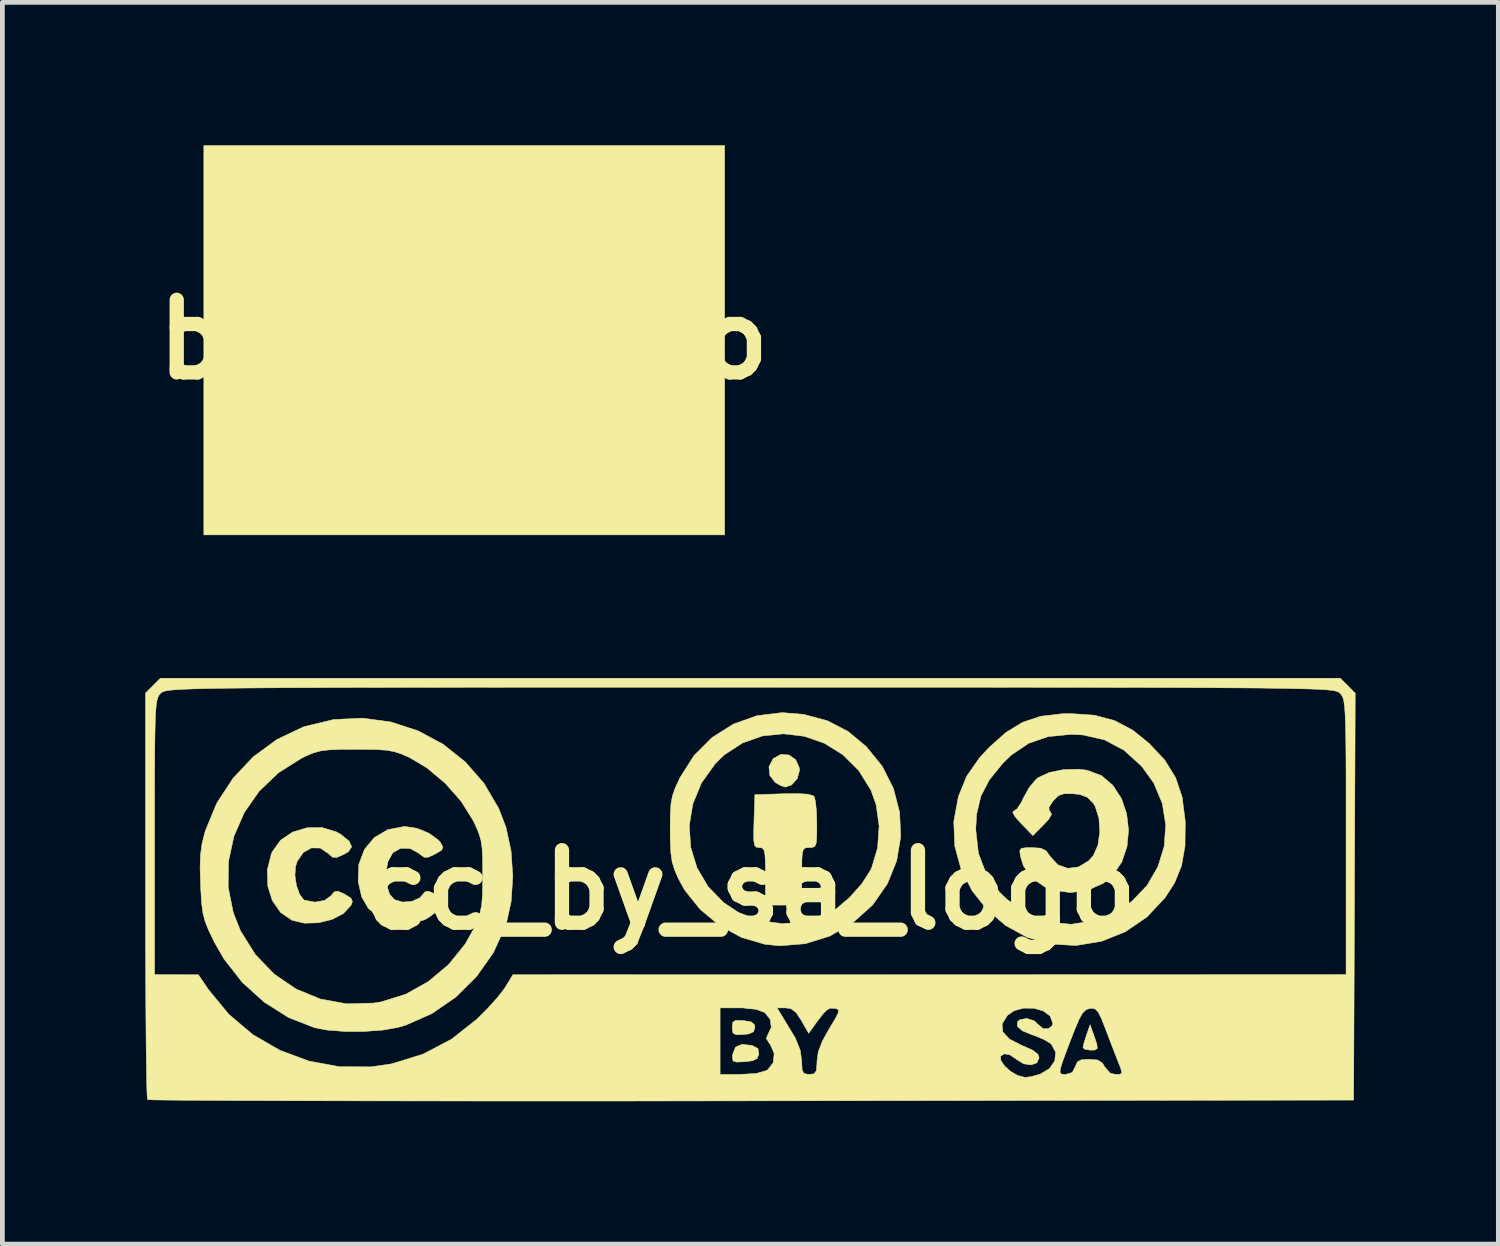
<source format=kicad_pcb>
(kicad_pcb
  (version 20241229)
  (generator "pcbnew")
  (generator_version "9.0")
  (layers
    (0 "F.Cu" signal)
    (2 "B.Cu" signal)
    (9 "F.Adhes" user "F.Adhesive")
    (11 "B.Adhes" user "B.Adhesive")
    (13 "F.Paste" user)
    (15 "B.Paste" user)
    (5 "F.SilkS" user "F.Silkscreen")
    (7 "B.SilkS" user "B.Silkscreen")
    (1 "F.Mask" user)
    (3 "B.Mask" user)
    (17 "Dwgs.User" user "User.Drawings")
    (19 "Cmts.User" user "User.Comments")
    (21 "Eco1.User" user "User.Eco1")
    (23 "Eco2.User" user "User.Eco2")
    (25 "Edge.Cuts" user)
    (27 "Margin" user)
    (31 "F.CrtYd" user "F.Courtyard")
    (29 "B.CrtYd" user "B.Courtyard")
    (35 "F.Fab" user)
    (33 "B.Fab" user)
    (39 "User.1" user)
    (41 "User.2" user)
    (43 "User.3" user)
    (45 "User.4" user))
  (footprint "cc_by_sa_logo"
    (layer "F.Cu")
    (at 12.705 15.636)
    (property "Reference" "cc_by_sa_logo" (at 0 0 0) (layer "F.SilkS") (effects (font (size 1.524 1.524) (thickness 0.3))))
    (attr through_hole)
    (fp_poly (pts (xy 7.213 3.05) (xy 7.275 3.233) (xy 7.286 3.327) (xy 7.238 3.361) (xy 7.144 3.365) (xy 7.024 3.347) (xy 6.985 3.311) (xy 7.004 3.22) (xy 7.052 3.067) (xy 7.059 3.044) (xy 7.134 2.83) (xy 7.213 3.05)) (stroke (width 0.01) (type solid)) (fill yes) (layer "F.SilkS"))
    (fp_poly (pts (xy 0.041 3.267) (xy 0.16 3.329) (xy 0.179 3.447) (xy 0.179 3.447) (xy 0.144 3.539) (xy 0.049 3.587) (xy -0.116 3.607) (xy -0.286 3.615) (xy -0.362 3.591) (xy -0.376 3.515) (xy -0.37 3.449) (xy -0.311 3.3) (xy -0.173 3.241) (xy 0.041 3.267)) (stroke (width 0.01) (type solid)) (fill yes) (layer "F.SilkS"))
    (fp_poly (pts (xy -0.163 2.741) (xy -0.143 2.743) (xy 0.019 2.771) (xy 0.087 2.831) (xy 0.095 2.889) (xy 0.068 2.978) (xy -0.035 3.023) (xy -0.143 3.036) (xy -0.299 3.041) (xy -0.366 3.004) (xy -0.381 2.903) (xy -0.381 2.889) (xy -0.369 2.781) (xy -0.309 2.739) (xy -0.163 2.741)) (stroke (width 0.01) (type solid)) (fill yes) (layer "F.SilkS"))
    (fp_poly (pts (xy 0.812 -2.833) (xy 0.953 -2.734) (xy 1.028 -2.565) (xy 1.032 -2.508) (xy 0.984 -2.335) (xy 0.865 -2.204) (xy 0.732 -2.159) (xy 0.632 -2.193) (xy 0.522 -2.258) (xy 0.407 -2.406) (xy 0.391 -2.589) (xy 0.479 -2.756) (xy 0.481 -2.758) (xy 0.643 -2.847) (xy 0.812 -2.833)) (stroke (width 0.01) (type solid)) (fill yes) (layer "F.SilkS"))
    (fp_poly (pts (xy 1.208 -2.01) (xy 1.317 -1.979) (xy 1.343 -1.955) (xy 1.368 -1.855) (xy 1.387 -1.666) (xy 1.396 -1.426) (xy 1.396 -1.381) (xy 1.395 -1.134) (xy 1.384 -0.988) (xy 1.355 -0.915) (xy 1.3 -0.891) (xy 1.238 -0.889) (xy 1.165 -0.885) (xy 1.118 -0.856) (xy 1.093 -0.78) (xy 1.082 -0.632) (xy 1.08 -0.388) (xy 1.079 -0.286) (xy 1.079 0.318) (xy 0.318 0.318) (xy 0.318 -0.286) (xy 0.316 -0.566) (xy 0.307 -0.743) (xy 0.286 -0.84) (xy 0.248 -0.881) (xy 0.188 -0.889) (xy 0.126 -0.897) (xy 0.089 -0.939) (xy 0.072 -1.038) (xy 0.071 -1.219) (xy 0.077 -1.445) (xy 0.095 -2) (xy 0.693 -2.019) (xy 1.005 -2.022) (xy 1.208 -2.01)) (stroke (width 0.01) (type solid)) (fill yes) (layer "F.SilkS"))
    (fp_poly (pts (xy -8.689 -1.217) (xy -8.601 -1.167) (xy -8.425 -1.025) (xy -8.371 -0.907) (xy -8.438 -0.803) (xy -8.538 -0.744) (xy -8.683 -0.683) (xy -8.77 -0.685) (xy -8.85 -0.753) (xy -8.862 -0.766) (xy -9.032 -0.879) (xy -9.216 -0.882) (xy -9.385 -0.787) (xy -9.512 -0.604) (xy -9.55 -0.49) (xy -9.562 -0.302) (xy -9.53 -0.093) (xy -9.465 0.091) (xy -9.381 0.204) (xy -9.36 0.216) (xy -9.141 0.256) (xy -8.938 0.22) (xy -8.805 0.122) (xy -8.734 0.038) (xy -8.659 0.027) (xy -8.529 0.085) (xy -8.514 0.092) (xy -8.386 0.172) (xy -8.355 0.246) (xy -8.385 0.323) (xy -8.541 0.493) (xy -8.781 0.619) (xy -9.069 0.69) (xy -9.365 0.698) (xy -9.62 0.638) (xy -9.864 0.473) (xy -10.037 0.224) (xy -10.133 -0.081) (xy -10.143 -0.416) (xy -10.059 -0.753) (xy -10.039 -0.8) (xy -9.864 -1.044) (xy -9.61 -1.215) (xy -9.309 -1.306) (xy -8.991 -1.31) (xy -8.689 -1.217)) (stroke (width 0.01) (type solid)) (fill yes) (layer "F.SilkS"))
    (fp_poly (pts (xy -6.994 -1.293) (xy -6.743 -1.188) (xy -6.547 -1.043) (xy -6.506 -0.994) (xy -6.455 -0.901) (xy -6.481 -0.837) (xy -6.602 -0.762) (xy -6.62 -0.753) (xy -6.762 -0.687) (xy -6.85 -0.686) (xy -6.941 -0.752) (xy -6.957 -0.767) (xy -7.141 -0.869) (xy -7.338 -0.875) (xy -7.503 -0.785) (xy -7.51 -0.778) (xy -7.61 -0.594) (xy -7.653 -0.36) (xy -7.641 -0.119) (xy -7.575 0.087) (xy -7.473 0.204) (xy -7.303 0.255) (xy -7.106 0.24) (xy -6.943 0.167) (xy -6.9 0.122) (xy -6.829 0.038) (xy -6.753 0.028) (xy -6.623 0.086) (xy -6.61 0.092) (xy -6.479 0.173) (xy -6.415 0.238) (xy -6.413 0.245) (xy -6.461 0.327) (xy -6.578 0.443) (xy -6.728 0.56) (xy -6.838 0.627) (xy -7.057 0.688) (xy -7.332 0.694) (xy -7.604 0.65) (xy -7.791 0.574) (xy -8.02 0.388) (xy -8.161 0.147) (xy -8.234 -0.177) (xy -8.221 -0.537) (xy -8.102 -0.851) (xy -7.895 -1.1) (xy -7.612 -1.266) (xy -7.271 -1.332) (xy -7.249 -1.332) (xy -6.994 -1.293)) (stroke (width 0.01) (type solid)) (fill yes) (layer "F.SilkS"))
    (fp_poly (pts (xy 7.075 -2.513) (xy 7.375 -2.399) (xy 7.615 -2.193) (xy 7.792 -1.919) (xy 7.902 -1.598) (xy 7.942 -1.255) (xy 7.909 -0.91) (xy 7.8 -0.587) (xy 7.61 -0.308) (xy 7.416 -0.142) (xy 7.088 0.005) (xy 6.723 0.056) (xy 6.363 0.007) (xy 6.18 -0.064) (xy 5.902 -0.259) (xy 5.731 -0.51) (xy 5.674 -0.699) (xy 5.657 -0.817) (xy 5.688 -0.872) (xy 5.8 -0.888) (xy 5.913 -0.889) (xy 6.099 -0.876) (xy 6.21 -0.822) (xy 6.297 -0.702) (xy 6.298 -0.7) (xy 6.459 -0.527) (xy 6.666 -0.454) (xy 6.891 -0.483) (xy 7.104 -0.611) (xy 7.2 -0.718) (xy 7.298 -0.937) (xy 7.338 -1.218) (xy 7.319 -1.508) (xy 7.241 -1.755) (xy 7.2 -1.822) (xy 7.079 -1.944) (xy 6.922 -2.003) (xy 6.779 -2.019) (xy 6.587 -2.02) (xy 6.465 -1.978) (xy 6.361 -1.872) (xy 6.355 -1.865) (xy 6.271 -1.737) (xy 6.275 -1.663) (xy 6.3 -1.642) (xy 6.325 -1.584) (xy 6.263 -1.48) (xy 6.157 -1.366) (xy 5.933 -1.141) (xy 5.684 -1.396) (xy 5.557 -1.541) (xy 5.508 -1.63) (xy 5.527 -1.651) (xy 5.603 -1.705) (xy 5.693 -1.843) (xy 5.737 -1.937) (xy 5.85 -2.142) (xy 5.994 -2.316) (xy 6.047 -2.36) (xy 6.277 -2.466) (xy 6.58 -2.527) (xy 6.904 -2.535) (xy 7.075 -2.513)) (stroke (width 0.01) (type solid)) (fill yes) (layer "F.SilkS"))
    (fp_poly (pts (xy 7.229 -3.668) (xy 7.651 -3.555) (xy 8.032 -3.353) (xy 8.371 -3.079) (xy 8.703 -2.725) (xy 8.929 -2.359) (xy 9.067 -1.95) (xy 9.129 -1.463) (xy 9.132 -1.418) (xy 9.127 -0.924) (xy 9.055 -0.51) (xy 8.908 -0.145) (xy 8.709 0.162) (xy 8.325 0.571) (xy 7.875 0.878) (xy 7.373 1.079) (xy 6.838 1.167) (xy 6.301 1.136) (xy 5.809 0.994) (xy 5.362 0.748) (xy 4.974 0.417) (xy 4.657 0.018) (xy 4.426 -0.433) (xy 4.293 -0.918) (xy 4.279 -1.268) (xy 4.733 -1.268) (xy 4.789 -0.771) (xy 4.955 -0.333) (xy 5.236 0.051) (xy 5.384 0.194) (xy 5.81 0.494) (xy 6.259 0.671) (xy 6.728 0.722) (xy 7.212 0.648) (xy 7.601 0.5) (xy 8.01 0.241) (xy 8.33 -0.094) (xy 8.558 -0.486) (xy 8.69 -0.916) (xy 8.722 -1.364) (xy 8.651 -1.813) (xy 8.472 -2.243) (xy 8.216 -2.598) (xy 7.845 -2.934) (xy 7.438 -3.151) (xy 6.981 -3.254) (xy 6.731 -3.266) (xy 6.252 -3.219) (xy 5.843 -3.078) (xy 5.48 -2.833) (xy 5.3 -2.658) (xy 5.018 -2.31) (xy 4.84 -1.967) (xy 4.751 -1.59) (xy 4.733 -1.268) (xy 4.279 -1.268) (xy 4.272 -1.419) (xy 4.277 -1.468) (xy 4.369 -1.962) (xy 4.542 -2.387) (xy 4.815 -2.778) (xy 5.011 -2.99) (xy 5.369 -3.308) (xy 5.719 -3.521) (xy 6.098 -3.647) (xy 6.543 -3.699) (xy 6.731 -3.702) (xy 7.229 -3.668)) (stroke (width 0.01) (type solid)) (fill yes) (layer "F.SilkS"))
    (fp_poly (pts (xy 1.119 -3.686) (xy 1.623 -3.551) (xy 2.056 -3.325) (xy 2.433 -3.012) (xy 2.772 -2.594) (xy 3.007 -2.125) (xy 3.135 -1.626) (xy 3.157 -1.115) (xy 3.073 -0.611) (xy 2.88 -0.133) (xy 2.579 0.301) (xy 2.557 0.326) (xy 2.139 0.7) (xy 1.665 0.971) (xy 1.152 1.13) (xy 0.618 1.173) (xy 0.304 1.141) (xy -0.187 0.997) (xy -0.649 0.746) (xy -1.055 0.407) (xy -1.38 0.001) (xy -1.512 -0.239) (xy -1.591 -0.422) (xy -1.642 -0.589) (xy -1.669 -0.777) (xy -1.681 -1.026) (xy -1.683 -1.271) (xy -1.682 -1.351) (xy -1.282 -1.351) (xy -1.252 -0.897) (xy -1.12 -0.465) (xy -0.888 -0.071) (xy -0.56 0.266) (xy -0.251 0.472) (xy 0.194 0.644) (xy 0.677 0.709) (xy 1.166 0.665) (xy 1.543 0.549) (xy 1.812 0.391) (xy 2.09 0.153) (xy 2.34 -0.129) (xy 2.524 -0.415) (xy 2.547 -0.463) (xy 2.672 -0.883) (xy 2.704 -1.341) (xy 2.641 -1.79) (xy 2.532 -2.095) (xy 2.274 -2.51) (xy 1.943 -2.838) (xy 1.558 -3.078) (xy 1.136 -3.226) (xy 0.696 -3.278) (xy 0.257 -3.233) (xy -0.164 -3.086) (xy -0.548 -2.835) (xy -0.732 -2.657) (xy -1.025 -2.248) (xy -1.207 -1.807) (xy -1.282 -1.351) (xy -1.682 -1.351) (xy -1.68 -1.58) (xy -1.667 -1.801) (xy -1.636 -1.974) (xy -1.579 -2.137) (xy -1.49 -2.331) (xy -1.474 -2.363) (xy -1.18 -2.825) (xy -0.802 -3.201) (xy -0.358 -3.481) (xy 0.137 -3.658) (xy 0.667 -3.723) (xy 1.119 -3.686)) (stroke (width 0.01) (type solid)) (fill yes) (layer "F.SilkS"))
    (fp_poly (pts (xy -7.545 -3.526) (xy -6.977 -3.341) (xy -6.453 -3.06) (xy -5.987 -2.69) (xy -5.593 -2.239) (xy -5.284 -1.713) (xy -5.129 -1.309) (xy -5.024 -0.818) (xy -4.988 -0.284) (xy -5.022 0.243) (xy -5.125 0.716) (xy -5.139 0.759) (xy -5.395 1.317) (xy -5.75 1.821) (xy -6.187 2.253) (xy -6.689 2.598) (xy -7.238 2.84) (xy -7.4 2.887) (xy -7.723 2.944) (xy -8.112 2.972) (xy -8.518 2.972) (xy -8.892 2.942) (xy -9.15 2.893) (xy -9.697 2.679) (xy -10.21 2.355) (xy -10.669 1.939) (xy -11.054 1.446) (xy -11.255 1.096) (xy -11.372 0.852) (xy -11.449 0.66) (xy -11.496 0.478) (xy -11.523 0.265) (xy -11.54 -0.022) (xy -11.542 -0.058) (xy -10.964 -0.058) (xy -10.856 0.48) (xy -10.703 0.863) (xy -10.392 1.359) (xy -9.998 1.767) (xy -9.538 2.081) (xy -9.025 2.291) (xy -8.475 2.392) (xy -7.902 2.375) (xy -7.755 2.351) (xy -7.241 2.192) (xy -6.76 1.924) (xy -6.334 1.566) (xy -5.988 1.137) (xy -5.825 0.846) (xy -5.735 0.649) (xy -5.677 0.487) (xy -5.642 0.322) (xy -5.625 0.119) (xy -5.62 -0.158) (xy -5.62 -0.318) (xy -5.622 -0.64) (xy -5.632 -0.87) (xy -5.657 -1.045) (xy -5.704 -1.199) (xy -5.777 -1.368) (xy -5.824 -1.464) (xy -6.072 -1.861) (xy -6.406 -2.239) (xy -6.79 -2.562) (xy -7.158 -2.781) (xy -7.327 -2.855) (xy -7.48 -2.904) (xy -7.648 -2.934) (xy -7.866 -2.948) (xy -8.168 -2.952) (xy -8.287 -2.952) (xy -8.617 -2.95) (xy -8.854 -2.94) (xy -9.03 -2.917) (xy -9.178 -2.876) (xy -9.331 -2.811) (xy -9.423 -2.766) (xy -9.911 -2.458) (xy -10.315 -2.071) (xy -10.627 -1.622) (xy -10.843 -1.126) (xy -10.957 -0.599) (xy -10.964 -0.058) (xy -11.542 -0.058) (xy -11.544 -0.123) (xy -11.554 -0.47) (xy -11.545 -0.733) (xy -11.516 -0.956) (xy -11.461 -1.181) (xy -11.44 -1.251) (xy -11.203 -1.823) (xy -10.863 -2.343) (xy -10.437 -2.795) (xy -9.941 -3.159) (xy -9.391 -3.42) (xy -9.361 -3.431) (xy -8.751 -3.578) (xy -8.14 -3.607) (xy -7.545 -3.526)) (stroke (width 0.01) (type solid)) (fill yes) (layer "F.SilkS"))
    (fp_poly (pts (xy 12.545 -4.289) (xy 12.701 -4.132) (xy 12.685 0.14) (xy 12.668 4.413) (xy 0.027 4.429) (xy -1.231 4.431) (xy -2.455 4.432) (xy -3.639 4.432) (xy -4.778 4.432) (xy -5.864 4.432) (xy -6.892 4.431) (xy -7.856 4.43) (xy -8.749 4.428) (xy -9.567 4.427) (xy -10.302 4.424) (xy -10.949 4.422) (xy -11.501 4.419) (xy -11.953 4.416) (xy -12.299 4.412) (xy -12.532 4.409) (xy -12.646 4.404) (xy -12.658 4.403) (xy -12.665 4.334) (xy -12.672 4.148) (xy -12.678 3.857) (xy -12.684 3.47) (xy -12.689 2.998) (xy -12.693 2.452) (xy -12.696 1.842) (xy -12.699 1.179) (xy -12.7 0.473) (xy -12.7 0.114) (xy -12.7 -1.111) (xy -12.509 -1.111) (xy -12.509 1.778) (xy -11.589 1.781) (xy -11.374 2.098) (xy -10.951 2.611) (xy -10.449 3.036) (xy -9.882 3.365) (xy -9.269 3.593) (xy -8.624 3.712) (xy -7.966 3.715) (xy -7.527 3.651) (xy -6.872 3.448) (xy -6.271 3.132) (xy -5.74 2.713) (xy -5.524 2.497) (xy -5.506 2.477) (xy -0.635 2.477) (xy -0.635 3.873) (xy -0.205 3.873) (xy 0.127 3.853) (xy 0.339 3.792) (xy 0.367 3.775) (xy 0.481 3.626) (xy 0.501 3.436) (xy 0.422 3.251) (xy 0.402 3.226) (xy 0.334 3.119) (xy 0.368 3.036) (xy 0.37 3.034) (xy 0.44 2.885) (xy 0.415 2.714) (xy 0.303 2.575) (xy 0.121 2.507) (xy -0.165 2.477) (xy -0.236 2.477) (xy 0.561 2.477) (xy 0.687 2.683) (xy 0.808 2.884) (xy 0.936 3.095) (xy 0.946 3.111) (xy 1.049 3.371) (xy 1.079 3.604) (xy 1.087 3.774) (xy 1.123 3.852) (xy 1.209 3.873) (xy 1.238 3.873) (xy 1.338 3.861) (xy 1.385 3.798) (xy 1.399 3.652) (xy 1.399 3.604) (xy 1.414 3.491) (xy 5.253 3.491) (xy 5.262 3.584) (xy 5.339 3.698) (xy 5.463 3.809) (xy 5.613 3.896) (xy 5.769 3.936) (xy 5.785 3.936) (xy 5.914 3.916) (xy 6.084 3.868) (xy 6.088 3.867) (xy 6.153 3.828) (xy 6.503 3.828) (xy 6.526 3.864) (xy 6.579 3.873) (xy 6.625 3.873) (xy 6.759 3.833) (xy 6.821 3.715) (xy 6.866 3.611) (xy 6.957 3.565) (xy 7.115 3.556) (xy 7.292 3.571) (xy 7.392 3.632) (xy 7.441 3.715) (xy 7.556 3.847) (xy 7.662 3.873) (xy 7.765 3.87) (xy 7.801 3.839) (xy 7.778 3.747) (xy 7.724 3.611) (xy 7.659 3.445) (xy 7.568 3.209) (xy 7.47 2.952) (xy 7.463 2.933) (xy 7.371 2.699) (xy 7.302 2.562) (xy 7.238 2.499) (xy 7.162 2.486) (xy 7.131 2.489) (xy 7.049 2.515) (xy 6.976 2.586) (xy 6.899 2.725) (xy 6.803 2.954) (xy 6.766 3.048) (xy 6.641 3.375) (xy 6.557 3.602) (xy 6.512 3.747) (xy 6.503 3.828) (xy 6.153 3.828) (xy 6.282 3.751) (xy 6.393 3.587) (xy 6.41 3.407) (xy 6.322 3.242) (xy 6.302 3.223) (xy 6.173 3.144) (xy 5.983 3.064) (xy 5.915 3.042) (xy 5.711 2.958) (xy 5.606 2.863) (xy 5.609 2.769) (xy 5.658 2.726) (xy 5.804 2.698) (xy 5.962 2.749) (xy 6.052 2.834) (xy 6.147 2.912) (xy 6.262 2.914) (xy 6.34 2.846) (xy 6.35 2.798) (xy 6.295 2.649) (xy 6.152 2.542) (xy 5.955 2.485) (xy 5.737 2.482) (xy 5.533 2.539) (xy 5.397 2.636) (xy 5.286 2.815) (xy 5.301 2.981) (xy 5.441 3.132) (xy 5.706 3.267) (xy 5.715 3.27) (xy 5.929 3.365) (xy 6.039 3.451) (xy 6.064 3.527) (xy 6.015 3.632) (xy 5.894 3.674) (xy 5.74 3.651) (xy 5.593 3.561) (xy 5.588 3.556) (xy 5.452 3.464) (xy 5.332 3.441) (xy 5.253 3.491) (xy 1.414 3.491) (xy 1.426 3.399) (xy 1.513 3.173) (xy 1.653 2.921) (xy 1.779 2.712) (xy 1.843 2.588) (xy 1.853 2.523) (xy 1.813 2.496) (xy 1.765 2.486) (xy 1.684 2.483) (xy 1.611 2.517) (xy 1.522 2.607) (xy 1.395 2.774) (xy 1.327 2.868) (xy 1.225 3.011) (xy 1.073 2.744) (xy 0.959 2.573) (xy 0.852 2.494) (xy 0.741 2.477) (xy 0.561 2.477) (xy -0.236 2.477) (xy -0.635 2.477) (xy -5.506 2.477) (xy -5.327 2.279) (xy -5.18 2.094) (xy -5.144 2.04) (xy -4.985 1.781) (xy 3.762 1.78) (xy 12.509 1.778) (xy 12.509 -1.111) (xy 12.509 -1.792) (xy 12.509 -2.358) (xy 12.507 -2.819) (xy 12.503 -3.187) (xy 12.497 -3.474) (xy 12.489 -3.69) (xy 12.478 -3.848) (xy 12.463 -3.958) (xy 12.444 -4.032) (xy 12.421 -4.081) (xy 12.393 -4.117) (xy 12.383 -4.128) (xy 12.366 -4.143) (xy 12.345 -4.157) (xy 12.313 -4.169) (xy 12.266 -4.181) (xy 12.198 -4.191) (xy 12.103 -4.201) (xy 11.977 -4.209) (xy 11.814 -4.217) (xy 11.609 -4.223) (xy 11.357 -4.229) (xy 11.051 -4.234) (xy 10.687 -4.239) (xy 10.26 -4.242) (xy 9.764 -4.245) (xy 9.193 -4.248) (xy 8.543 -4.25) (xy 7.808 -4.251) (xy 6.983 -4.252) (xy 6.062 -4.253) (xy 5.041 -4.254) (xy 3.913 -4.254) (xy 2.673 -4.254) (xy 1.317 -4.254) (xy 0 -4.255) (xy -1.465 -4.254) (xy -2.809 -4.254) (xy -4.037 -4.254) (xy -5.153 -4.254) (xy -6.164 -4.253) (xy -7.074 -4.252) (xy -7.89 -4.251) (xy -8.616 -4.25) (xy -9.257 -4.247) (xy -9.819 -4.245) (xy -10.308 -4.242) (xy -10.729 -4.238) (xy -11.086 -4.234) (xy -11.386 -4.229) (xy -11.633 -4.223) (xy -11.833 -4.216) (xy -11.992 -4.208) (xy -12.115 -4.2) (xy -12.206 -4.19) (xy -12.272 -4.18) (xy -12.317 -4.168) (xy -12.347 -4.155) (xy -12.368 -4.141) (xy -12.383 -4.128) (xy -12.412 -4.094) (xy -12.437 -4.05) (xy -12.457 -3.986) (xy -12.473 -3.889) (xy -12.486 -3.748) (xy -12.495 -3.552) (xy -12.501 -3.29) (xy -12.506 -2.95) (xy -12.508 -2.52) (xy -12.509 -1.99) (xy -12.509 -1.348) (xy -12.509 -1.111) (xy -12.7 -1.111) (xy -12.7 -4.133) (xy -12.544 -4.289) (xy -12.388 -4.445) (xy 12.388 -4.445) (xy 12.545 -4.289)) (stroke (width 0.01) (type solid)) (fill yes) (layer "F.SilkS")))
  (footprint "bug_a_logo"
    (layer "F.Cu")
    (at 6.684 4.08)
    (property "Reference" "bug_a_logo" (at 0 0 0) (layer "F.SilkS") (effects (font (size 1.524 1.524) (thickness 0.3))))
    (attr through_hole)
    (fp_poly (pts (xy 5.481 4.101) (xy -5.454 4.101) (xy -5.454 -4.075) (xy 5.481 -4.075) (xy 5.481 4.101)) (stroke (width 0.01) (type solid)) (fill yes) (layer "F.SilkS")))
  (gr_rect
    (start -3 -3)
    (end 28.411 23.073)
    (stroke (width 0.1) (type default))
    (fill no)
    (layer "Edge.Cuts")))
</source>
